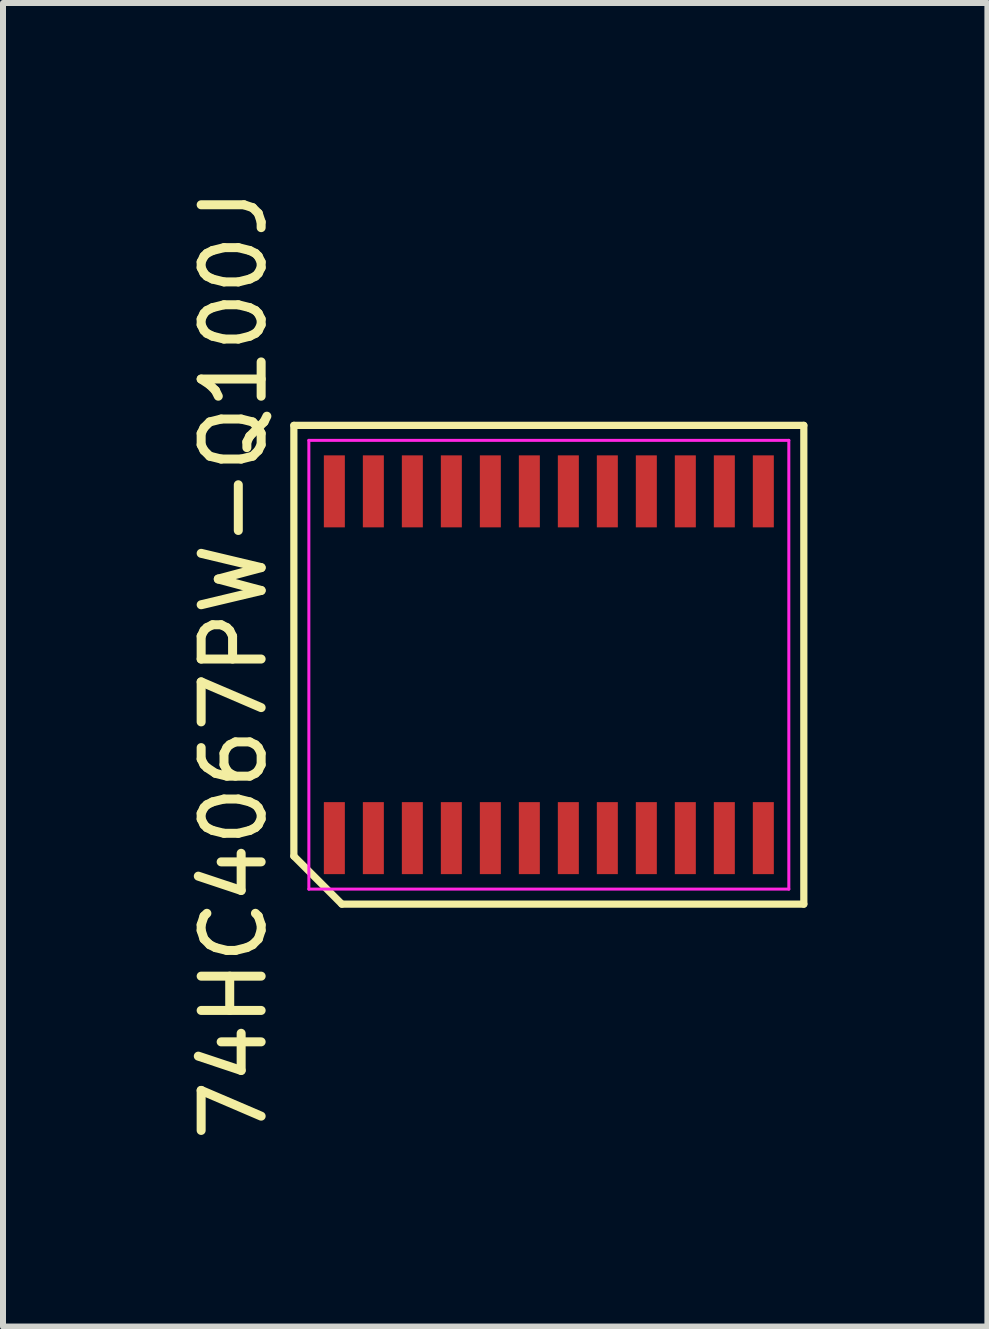
<source format=kicad_pcb>
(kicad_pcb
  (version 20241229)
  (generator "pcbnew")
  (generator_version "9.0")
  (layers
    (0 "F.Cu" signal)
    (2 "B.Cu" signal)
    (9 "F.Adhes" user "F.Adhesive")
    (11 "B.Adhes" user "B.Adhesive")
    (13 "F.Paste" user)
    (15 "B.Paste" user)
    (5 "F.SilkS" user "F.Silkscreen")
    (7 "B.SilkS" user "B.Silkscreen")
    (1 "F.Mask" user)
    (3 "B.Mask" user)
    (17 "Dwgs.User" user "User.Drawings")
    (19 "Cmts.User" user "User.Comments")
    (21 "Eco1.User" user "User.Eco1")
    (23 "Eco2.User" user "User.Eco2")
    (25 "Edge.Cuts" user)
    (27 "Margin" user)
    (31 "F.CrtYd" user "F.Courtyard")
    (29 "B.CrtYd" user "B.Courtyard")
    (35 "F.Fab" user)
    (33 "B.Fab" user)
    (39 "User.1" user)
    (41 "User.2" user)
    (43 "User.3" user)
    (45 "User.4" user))
  (footprint "74HC4067PW-Q100J"
    (layer "F.Cu")
    (at 6.098 8.03)
    (property "Reference" "74HC4067PW-Q100J" (at -5.25 0 90) (layer "F.SilkS") (effects (font (size 1 1) (thickness 0.15))))
    (attr smd)
    (fp_line (start -4.25 -3.99) (end 4.25 -3.99) (stroke (width 0.12) (type default)) (layer "F.SilkS"))
    (fp_line (start -4.25 3.19) (end -4.25 -3.99) (stroke (width 0.12) (type default)) (layer "F.SilkS"))
    (fp_line (start -3.45 3.99) (end -4.25 3.19) (stroke (width 0.12) (type default)) (layer "F.SilkS"))
    (fp_line (start 4.25 -3.99) (end 4.25 3.99) (stroke (width 0.12) (type default)) (layer "F.SilkS"))
    (fp_line (start 4.25 3.99) (end -3.45 3.99) (stroke (width 0.12) (type default)) (layer "F.SilkS"))
    (fp_line (start -4 -3.74) (end 4 -3.74) (stroke (width 0.05) (type default)) (layer "F.CrtYd"))
    (fp_line (start -4 3.74) (end -4 -3.74) (stroke (width 0.05) (type default)) (layer "F.CrtYd"))
    (fp_line (start 4 -3.74) (end 4 3.74) (stroke (width 0.05) (type default)) (layer "F.CrtYd"))
    (fp_line (start 4 3.74) (end -4 3.74) (stroke (width 0.05) (type default)) (layer "F.CrtYd"))
    (pad "1" smd rect (at -3.575 2.89) (size 0.35 1.2) (layers "F.Cu" "F.Mask" "F.Paste"))
    (pad "2" smd rect (at -2.925 2.89) (size 0.35 1.2) (layers "F.Cu" "F.Mask" "F.Paste"))
    (pad "3" smd rect (at -2.275 2.89) (size 0.35 1.2) (layers "F.Cu" "F.Mask" "F.Paste"))
    (pad "4" smd rect (at -1.625 2.89) (size 0.35 1.2) (layers "F.Cu" "F.Mask" "F.Paste"))
    (pad "5" smd rect (at -0.975 2.89) (size 0.35 1.2) (layers "F.Cu" "F.Mask" "F.Paste"))
    (pad "6" smd rect (at -0.325 2.89) (size 0.35 1.2) (layers "F.Cu" "F.Mask" "F.Paste"))
    (pad "7" smd rect (at 0.325 2.89) (size 0.35 1.2) (layers "F.Cu" "F.Mask" "F.Paste"))
    (pad "8" smd rect (at 0.975 2.89) (size 0.35 1.2) (layers "F.Cu" "F.Mask" "F.Paste"))
    (pad "9" smd rect (at 1.625 2.89) (size 0.35 1.2) (layers "F.Cu" "F.Mask" "F.Paste"))
    (pad "10" smd rect (at 2.275 2.89) (size 0.35 1.2) (layers "F.Cu" "F.Mask" "F.Paste"))
    (pad "11" smd rect (at 2.925 2.89) (size 0.35 1.2) (layers "F.Cu" "F.Mask" "F.Paste"))
    (pad "12" smd rect (at 3.575 2.89) (size 0.35 1.2) (layers "F.Cu" "F.Mask" "F.Paste"))
    (pad "13" smd rect (at 3.575 -2.89) (size 0.35 1.2) (layers "F.Cu" "F.Mask" "F.Paste"))
    (pad "14" smd rect (at 2.925 -2.89) (size 0.35 1.2) (layers "F.Cu" "F.Mask" "F.Paste"))
    (pad "15" smd rect (at 2.275 -2.89) (size 0.35 1.2) (layers "F.Cu" "F.Mask" "F.Paste"))
    (pad "16" smd rect (at 1.625 -2.89) (size 0.35 1.2) (layers "F.Cu" "F.Mask" "F.Paste"))
    (pad "17" smd rect (at 0.975 -2.89) (size 0.35 1.2) (layers "F.Cu" "F.Mask" "F.Paste"))
    (pad "18" smd rect (at 0.325 -2.89) (size 0.35 1.2) (layers "F.Cu" "F.Mask" "F.Paste"))
    (pad "19" smd rect (at -0.325 -2.89) (size 0.35 1.2) (layers "F.Cu" "F.Mask" "F.Paste"))
    (pad "20" smd rect (at -0.975 -2.89) (size 0.35 1.2) (layers "F.Cu" "F.Mask" "F.Paste"))
    (pad "21" smd rect (at -1.625 -2.89) (size 0.35 1.2) (layers "F.Cu" "F.Mask" "F.Paste"))
    (pad "22" smd rect (at -2.275 -2.89) (size 0.35 1.2) (layers "F.Cu" "F.Mask" "F.Paste"))
    (pad "23" smd rect (at -2.925 -2.89) (size 0.35 1.2) (layers "F.Cu" "F.Mask" "F.Paste"))
    (pad "24" smd rect (at -3.575 -2.89) (size 0.35 1.2) (layers "F.Cu" "F.Mask" "F.Paste")))
  (gr_rect
    (start -3 -3)
    (end 13.408 19.06)
    (stroke (width 0.1) (type default))
    (fill no)
    (layer "Edge.Cuts")))
</source>
